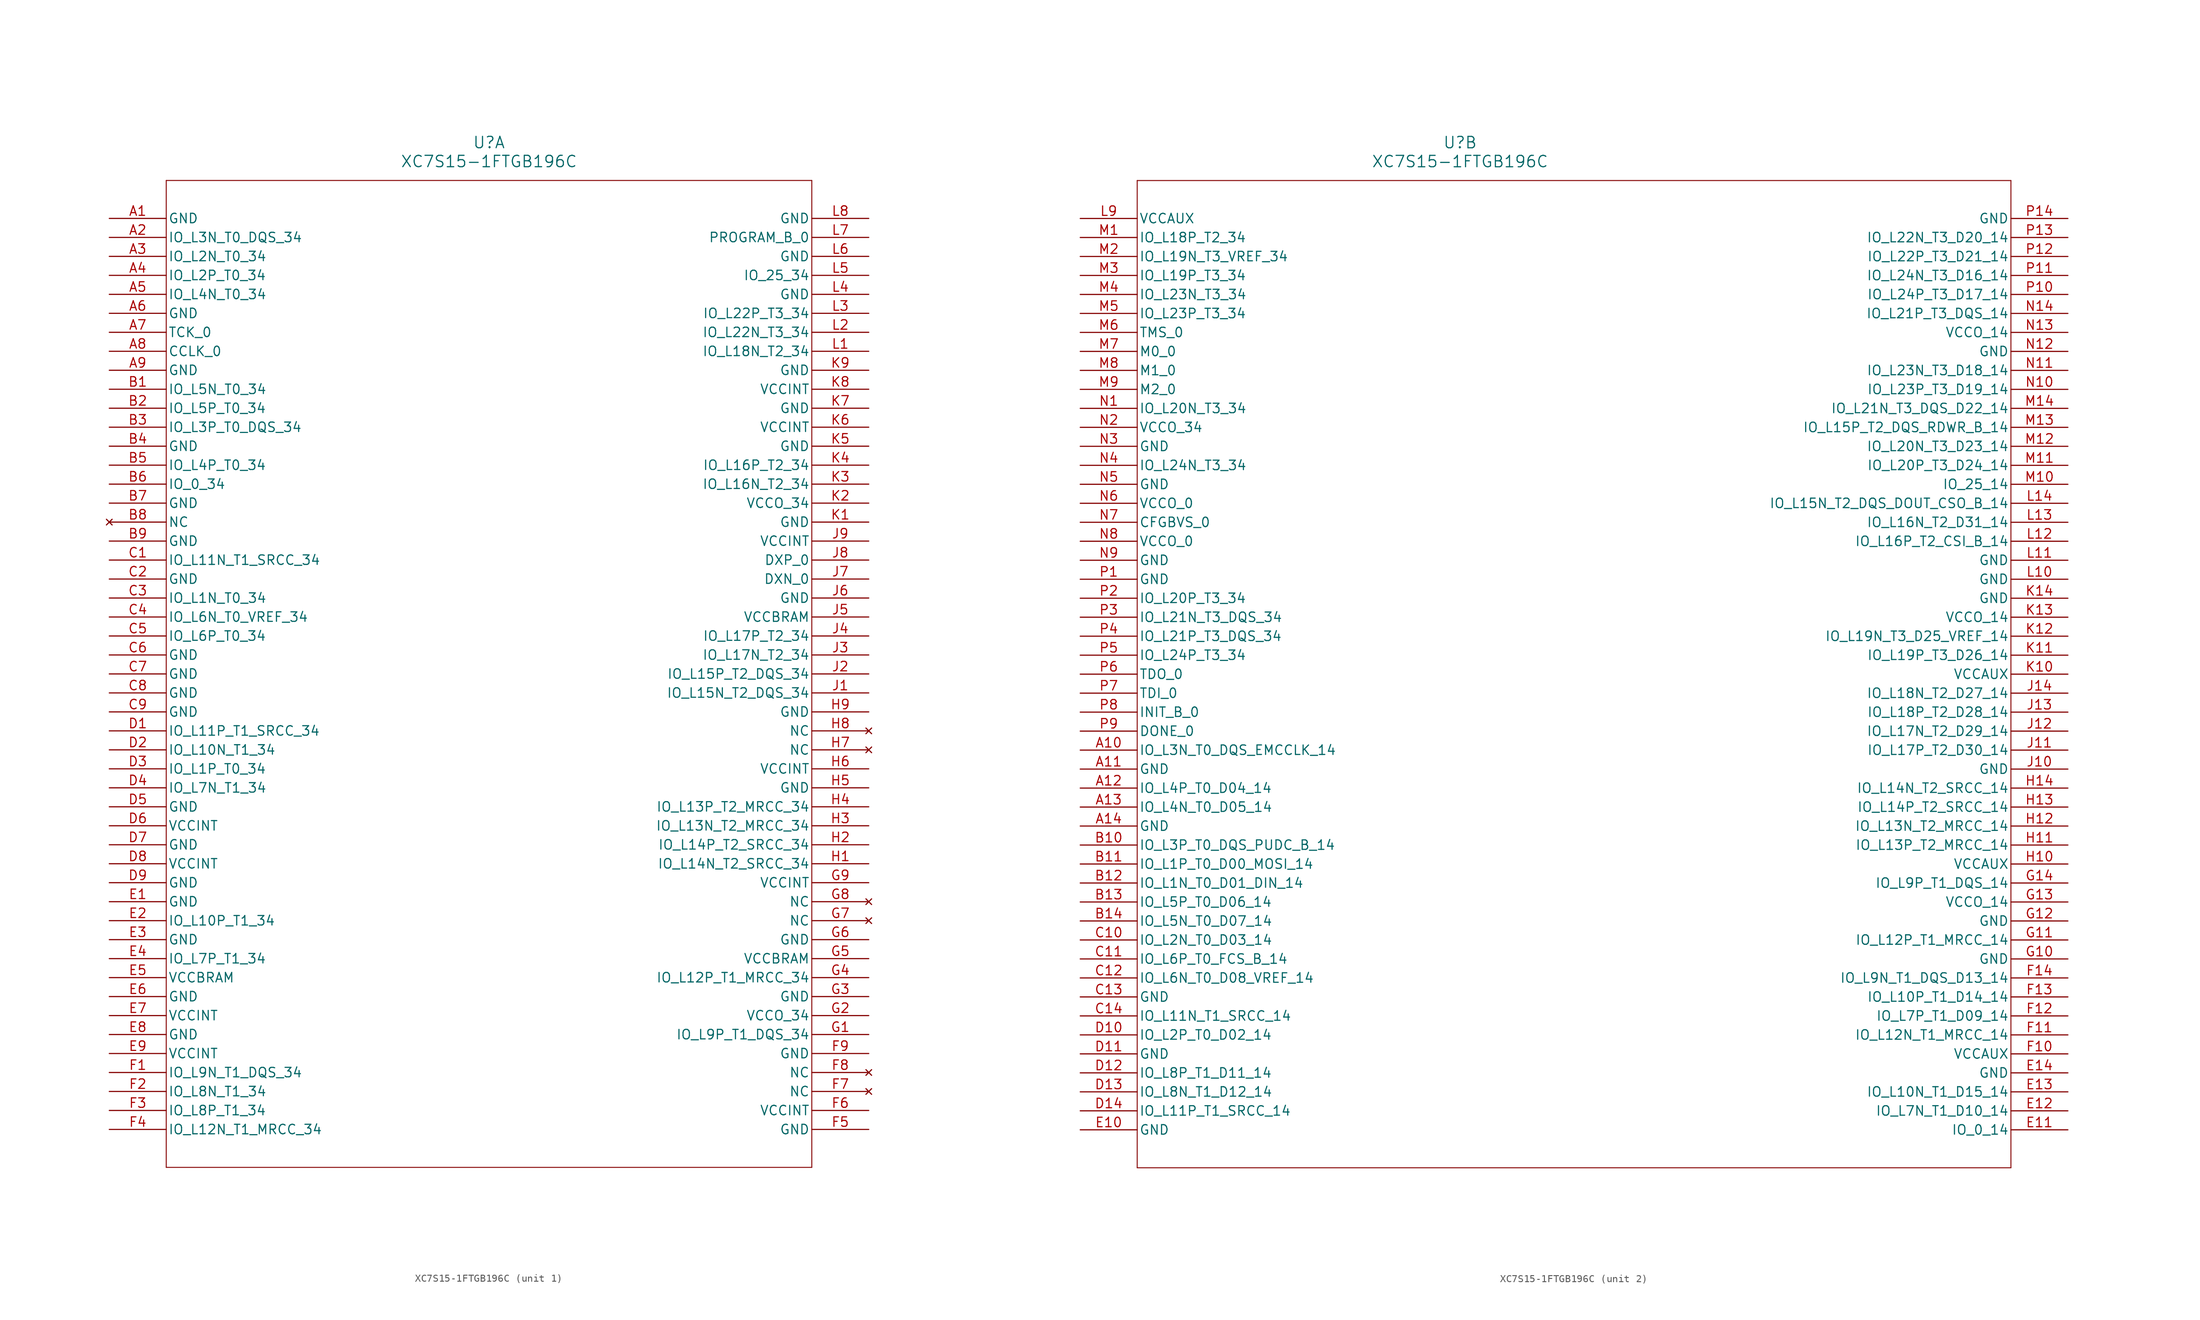
<source format=kicad_sym>
(kicad_symbol_lib
  (version 20211014)
  (generator kicad_symbol_editor)
  (symbol "XC7S15-1FTGB196C"
    (pin_names
      (offset 0.254))
    (property "Reference" "U"
      (at 50.8 10.16 0)
      (effects (font (size 1.524 1.524))))
    (property "Value" "XC7S15-1FTGB196C"
      (at 50.8 7.62 0)
      (effects (font (size 1.524 1.524))))
    (symbol "XC7S15-1FTGB196C_1_1"
      (polyline (pts (xy 7.62 5.08) (xy 7.62 -127)) (stroke (width 0.127) (type default) (color 0 0 0 0)) (fill (type none)))
      (polyline (pts (xy 7.62 -127) (xy 93.98 -127)) (stroke (width 0.127) (type default) (color 0 0 0 0)) (fill (type none)))
      (polyline (pts (xy 93.98 -127) (xy 93.98 5.08)) (stroke (width 0.127) (type default) (color 0 0 0 0)) (fill (type none)))
      (polyline (pts (xy 93.98 5.08) (xy 7.62 5.08)) (stroke (width 0.127) (type default) (color 0 0 0 0)) (fill (type none)))
      (pin power_out line (at 0 0 0) (length 7.62) (name "GND" (effects (font (size 1.27 1.27)))) (number "A1" (effects (font (size 1.27 1.27)))))
      (pin bidirectional line (at 0 -2.54 0) (length 7.62) (name "IO_L3N_T0_DQS_34" (effects (font (size 1.27 1.27)))) (number "A2" (effects (font (size 1.27 1.27)))))
      (pin bidirectional line (at 0 -5.08 0) (length 7.62) (name "IO_L2N_T0_34" (effects (font (size 1.27 1.27)))) (number "A3" (effects (font (size 1.27 1.27)))))
      (pin bidirectional line (at 0 -7.62 0) (length 7.62) (name "IO_L2P_T0_34" (effects (font (size 1.27 1.27)))) (number "A4" (effects (font (size 1.27 1.27)))))
      (pin bidirectional line (at 0 -10.16 0) (length 7.62) (name "IO_L4N_T0_34" (effects (font (size 1.27 1.27)))) (number "A5" (effects (font (size 1.27 1.27)))))
      (pin power_out line (at 0 -12.7 0) (length 7.62) (name "GND" (effects (font (size 1.27 1.27)))) (number "A6" (effects (font (size 1.27 1.27)))))
      (pin input line (at 0 -15.24 0) (length 7.62) (name "TCK_0" (effects (font (size 1.27 1.27)))) (number "A7" (effects (font (size 1.27 1.27)))))
      (pin bidirectional line (at 0 -17.78 0) (length 7.62) (name "CCLK_0" (effects (font (size 1.27 1.27)))) (number "A8" (effects (font (size 1.27 1.27)))))
      (pin power_out line (at 0 -20.32 0) (length 7.62) (name "GND" (effects (font (size 1.27 1.27)))) (number "A9" (effects (font (size 1.27 1.27)))))
      (pin bidirectional line (at 0 -22.86 0) (length 7.62) (name "IO_L5N_T0_34" (effects (font (size 1.27 1.27)))) (number "B1" (effects (font (size 1.27 1.27)))))
      (pin bidirectional line (at 0 -25.4 0) (length 7.62) (name "IO_L5P_T0_34" (effects (font (size 1.27 1.27)))) (number "B2" (effects (font (size 1.27 1.27)))))
      (pin bidirectional line (at 0 -27.94 0) (length 7.62) (name "IO_L3P_T0_DQS_34" (effects (font (size 1.27 1.27)))) (number "B3" (effects (font (size 1.27 1.27)))))
      (pin power_out line (at 0 -30.48 0) (length 7.62) (name "GND" (effects (font (size 1.27 1.27)))) (number "B4" (effects (font (size 1.27 1.27)))))
      (pin bidirectional line (at 0 -33.02 0) (length 7.62) (name "IO_L4P_T0_34" (effects (font (size 1.27 1.27)))) (number "B5" (effects (font (size 1.27 1.27)))))
      (pin bidirectional line (at 0 -35.56 0) (length 7.62) (name "IO_0_34" (effects (font (size 1.27 1.27)))) (number "B6" (effects (font (size 1.27 1.27)))))
      (pin power_out line (at 0 -38.1 0) (length 7.62) (name "GND" (effects (font (size 1.27 1.27)))) (number "B7" (effects (font (size 1.27 1.27)))))
      (pin no_connect line (at 0 -40.64 0) (length 7.62) (name "NC" (effects (font (size 1.27 1.27)))) (number "B8" (effects (font (size 1.27 1.27)))))
      (pin power_out line (at 0 -43.18 0) (length 7.62) (name "GND" (effects (font (size 1.27 1.27)))) (number "B9" (effects (font (size 1.27 1.27)))))
      (pin bidirectional line (at 0 -45.72 0) (length 7.62) (name "IO_L11N_T1_SRCC_34" (effects (font (size 1.27 1.27)))) (number "C1" (effects (font (size 1.27 1.27)))))
      (pin power_out line (at 0 -48.26 0) (length 7.62) (name "GND" (effects (font (size 1.27 1.27)))) (number "C2" (effects (font (size 1.27 1.27)))))
      (pin bidirectional line (at 0 -50.8 0) (length 7.62) (name "IO_L1N_T0_34" (effects (font (size 1.27 1.27)))) (number "C3" (effects (font (size 1.27 1.27)))))
      (pin bidirectional line (at 0 -53.34 0) (length 7.62) (name "IO_L6N_T0_VREF_34" (effects (font (size 1.27 1.27)))) (number "C4" (effects (font (size 1.27 1.27)))))
      (pin bidirectional line (at 0 -55.88 0) (length 7.62) (name "IO_L6P_T0_34" (effects (font (size 1.27 1.27)))) (number "C5" (effects (font (size 1.27 1.27)))))
      (pin power_out line (at 0 -58.42 0) (length 7.62) (name "GND" (effects (font (size 1.27 1.27)))) (number "C6" (effects (font (size 1.27 1.27)))))
      (pin power_out line (at 0 -60.96 0) (length 7.62) (name "GND" (effects (font (size 1.27 1.27)))) (number "C7" (effects (font (size 1.27 1.27)))))
      (pin power_out line (at 0 -63.5 0) (length 7.62) (name "GND" (effects (font (size 1.27 1.27)))) (number "C8" (effects (font (size 1.27 1.27)))))
      (pin power_out line (at 0 -66.04 0) (length 7.62) (name "GND" (effects (font (size 1.27 1.27)))) (number "C9" (effects (font (size 1.27 1.27)))))
      (pin bidirectional line (at 0 -68.58 0) (length 7.62) (name "IO_L11P_T1_SRCC_34" (effects (font (size 1.27 1.27)))) (number "D1" (effects (font (size 1.27 1.27)))))
      (pin bidirectional line (at 0 -71.12 0) (length 7.62) (name "IO_L10N_T1_34" (effects (font (size 1.27 1.27)))) (number "D2" (effects (font (size 1.27 1.27)))))
      (pin bidirectional line (at 0 -73.66 0) (length 7.62) (name "IO_L1P_T0_34" (effects (font (size 1.27 1.27)))) (number "D3" (effects (font (size 1.27 1.27)))))
      (pin bidirectional line (at 0 -76.2 0) (length 7.62) (name "IO_L7N_T1_34" (effects (font (size 1.27 1.27)))) (number "D4" (effects (font (size 1.27 1.27)))))
      (pin power_out line (at 0 -78.74 0) (length 7.62) (name "GND" (effects (font (size 1.27 1.27)))) (number "D5" (effects (font (size 1.27 1.27)))))
      (pin power_in line (at 0 -81.28 0) (length 7.62) (name "VCCINT" (effects (font (size 1.27 1.27)))) (number "D6" (effects (font (size 1.27 1.27)))))
      (pin power_out line (at 0 -83.82 0) (length 7.62) (name "GND" (effects (font (size 1.27 1.27)))) (number "D7" (effects (font (size 1.27 1.27)))))
      (pin power_in line (at 0 -86.36 0) (length 7.62) (name "VCCINT" (effects (font (size 1.27 1.27)))) (number "D8" (effects (font (size 1.27 1.27)))))
      (pin power_out line (at 0 -88.9 0) (length 7.62) (name "GND" (effects (font (size 1.27 1.27)))) (number "D9" (effects (font (size 1.27 1.27)))))
      (pin power_out line (at 0 -91.44 0) (length 7.62) (name "GND" (effects (font (size 1.27 1.27)))) (number "E1" (effects (font (size 1.27 1.27)))))
      (pin bidirectional line (at 0 -93.98 0) (length 7.62) (name "IO_L10P_T1_34" (effects (font (size 1.27 1.27)))) (number "E2" (effects (font (size 1.27 1.27)))))
      (pin power_out line (at 0 -96.52 0) (length 7.62) (name "GND" (effects (font (size 1.27 1.27)))) (number "E3" (effects (font (size 1.27 1.27)))))
      (pin bidirectional line (at 0 -99.06 0) (length 7.62) (name "IO_L7P_T1_34" (effects (font (size 1.27 1.27)))) (number "E4" (effects (font (size 1.27 1.27)))))
      (pin power_in line (at 0 -101.6 0) (length 7.62) (name "VCCBRAM" (effects (font (size 1.27 1.27)))) (number "E5" (effects (font (size 1.27 1.27)))))
      (pin power_out line (at 0 -104.14 0) (length 7.62) (name "GND" (effects (font (size 1.27 1.27)))) (number "E6" (effects (font (size 1.27 1.27)))))
      (pin power_in line (at 0 -106.68 0) (length 7.62) (name "VCCINT" (effects (font (size 1.27 1.27)))) (number "E7" (effects (font (size 1.27 1.27)))))
      (pin power_out line (at 0 -109.22 0) (length 7.62) (name "GND" (effects (font (size 1.27 1.27)))) (number "E8" (effects (font (size 1.27 1.27)))))
      (pin power_in line (at 0 -111.76 0) (length 7.62) (name "VCCINT" (effects (font (size 1.27 1.27)))) (number "E9" (effects (font (size 1.27 1.27)))))
      (pin bidirectional line (at 0 -114.3 0) (length 7.62) (name "IO_L9N_T1_DQS_34" (effects (font (size 1.27 1.27)))) (number "F1" (effects (font (size 1.27 1.27)))))
      (pin bidirectional line (at 0 -116.84 0) (length 7.62) (name "IO_L8N_T1_34" (effects (font (size 1.27 1.27)))) (number "F2" (effects (font (size 1.27 1.27)))))
      (pin bidirectional line (at 0 -119.38 0) (length 7.62) (name "IO_L8P_T1_34" (effects (font (size 1.27 1.27)))) (number "F3" (effects (font (size 1.27 1.27)))))
      (pin bidirectional line (at 0 -121.92 0) (length 7.62) (name "IO_L12N_T1_MRCC_34" (effects (font (size 1.27 1.27)))) (number "F4" (effects (font (size 1.27 1.27)))))
      (pin power_out line (at 101.6 -121.92 180) (length 7.62) (name "GND" (effects (font (size 1.27 1.27)))) (number "F5" (effects (font (size 1.27 1.27)))))
      (pin power_in line (at 101.6 -119.38 180) (length 7.62) (name "VCCINT" (effects (font (size 1.27 1.27)))) (number "F6" (effects (font (size 1.27 1.27)))))
      (pin no_connect line (at 101.6 -116.84 180) (length 7.62) (name "NC" (effects (font (size 1.27 1.27)))) (number "F7" (effects (font (size 1.27 1.27)))))
      (pin no_connect line (at 101.6 -114.3 180) (length 7.62) (name "NC" (effects (font (size 1.27 1.27)))) (number "F8" (effects (font (size 1.27 1.27)))))
      (pin power_out line (at 101.6 -111.76 180) (length 7.62) (name "GND" (effects (font (size 1.27 1.27)))) (number "F9" (effects (font (size 1.27 1.27)))))
      (pin bidirectional line (at 101.6 -109.22 180) (length 7.62) (name "IO_L9P_T1_DQS_34" (effects (font (size 1.27 1.27)))) (number "G1" (effects (font (size 1.27 1.27)))))
      (pin power_in line (at 101.6 -106.68 180) (length 7.62) (name "VCCO_34" (effects (font (size 1.27 1.27)))) (number "G2" (effects (font (size 1.27 1.27)))))
      (pin power_out line (at 101.6 -104.14 180) (length 7.62) (name "GND" (effects (font (size 1.27 1.27)))) (number "G3" (effects (font (size 1.27 1.27)))))
      (pin bidirectional line (at 101.6 -101.6 180) (length 7.62) (name "IO_L12P_T1_MRCC_34" (effects (font (size 1.27 1.27)))) (number "G4" (effects (font (size 1.27 1.27)))))
      (pin power_in line (at 101.6 -99.06 180) (length 7.62) (name "VCCBRAM" (effects (font (size 1.27 1.27)))) (number "G5" (effects (font (size 1.27 1.27)))))
      (pin power_out line (at 101.6 -96.52 180) (length 7.62) (name "GND" (effects (font (size 1.27 1.27)))) (number "G6" (effects (font (size 1.27 1.27)))))
      (pin no_connect line (at 101.6 -93.98 180) (length 7.62) (name "NC" (effects (font (size 1.27 1.27)))) (number "G7" (effects (font (size 1.27 1.27)))))
      (pin no_connect line (at 101.6 -91.44 180) (length 7.62) (name "NC" (effects (font (size 1.27 1.27)))) (number "G8" (effects (font (size 1.27 1.27)))))
      (pin power_in line (at 101.6 -88.9 180) (length 7.62) (name "VCCINT" (effects (font (size 1.27 1.27)))) (number "G9" (effects (font (size 1.27 1.27)))))
      (pin bidirectional line (at 101.6 -86.36 180) (length 7.62) (name "IO_L14N_T2_SRCC_34" (effects (font (size 1.27 1.27)))) (number "H1" (effects (font (size 1.27 1.27)))))
      (pin bidirectional line (at 101.6 -83.82 180) (length 7.62) (name "IO_L14P_T2_SRCC_34" (effects (font (size 1.27 1.27)))) (number "H2" (effects (font (size 1.27 1.27)))))
      (pin bidirectional line (at 101.6 -81.28 180) (length 7.62) (name "IO_L13N_T2_MRCC_34" (effects (font (size 1.27 1.27)))) (number "H3" (effects (font (size 1.27 1.27)))))
      (pin bidirectional line (at 101.6 -78.74 180) (length 7.62) (name "IO_L13P_T2_MRCC_34" (effects (font (size 1.27 1.27)))) (number "H4" (effects (font (size 1.27 1.27)))))
      (pin power_out line (at 101.6 -76.2 180) (length 7.62) (name "GND" (effects (font (size 1.27 1.27)))) (number "H5" (effects (font (size 1.27 1.27)))))
      (pin power_in line (at 101.6 -73.66 180) (length 7.62) (name "VCCINT" (effects (font (size 1.27 1.27)))) (number "H6" (effects (font (size 1.27 1.27)))))
      (pin no_connect line (at 101.6 -71.12 180) (length 7.62) (name "NC" (effects (font (size 1.27 1.27)))) (number "H7" (effects (font (size 1.27 1.27)))))
      (pin no_connect line (at 101.6 -68.58 180) (length 7.62) (name "NC" (effects (font (size 1.27 1.27)))) (number "H8" (effects (font (size 1.27 1.27)))))
      (pin power_out line (at 101.6 -66.04 180) (length 7.62) (name "GND" (effects (font (size 1.27 1.27)))) (number "H9" (effects (font (size 1.27 1.27)))))
      (pin bidirectional line (at 101.6 -63.5 180) (length 7.62) (name "IO_L15N_T2_DQS_34" (effects (font (size 1.27 1.27)))) (number "J1" (effects (font (size 1.27 1.27)))))
      (pin bidirectional line (at 101.6 -60.96 180) (length 7.62) (name "IO_L15P_T2_DQS_34" (effects (font (size 1.27 1.27)))) (number "J2" (effects (font (size 1.27 1.27)))))
      (pin bidirectional line (at 101.6 -58.42 180) (length 7.62) (name "IO_L17N_T2_34" (effects (font (size 1.27 1.27)))) (number "J3" (effects (font (size 1.27 1.27)))))
      (pin bidirectional line (at 101.6 -55.88 180) (length 7.62) (name "IO_L17P_T2_34" (effects (font (size 1.27 1.27)))) (number "J4" (effects (font (size 1.27 1.27)))))
      (pin power_in line (at 101.6 -53.34 180) (length 7.62) (name "VCCBRAM" (effects (font (size 1.27 1.27)))) (number "J5" (effects (font (size 1.27 1.27)))))
      (pin power_out line (at 101.6 -50.8 180) (length 7.62) (name "GND" (effects (font (size 1.27 1.27)))) (number "J6" (effects (font (size 1.27 1.27)))))
      (pin unspecified line (at 101.6 -48.26 180) (length 7.62) (name "DXN_0" (effects (font (size 1.27 1.27)))) (number "J7" (effects (font (size 1.27 1.27)))))
      (pin unspecified line (at 101.6 -45.72 180) (length 7.62) (name "DXP_0" (effects (font (size 1.27 1.27)))) (number "J8" (effects (font (size 1.27 1.27)))))
      (pin power_in line (at 101.6 -43.18 180) (length 7.62) (name "VCCINT" (effects (font (size 1.27 1.27)))) (number "J9" (effects (font (size 1.27 1.27)))))
      (pin power_out line (at 101.6 -40.64 180) (length 7.62) (name "GND" (effects (font (size 1.27 1.27)))) (number "K1" (effects (font (size 1.27 1.27)))))
      (pin power_in line (at 101.6 -38.1 180) (length 7.62) (name "VCCO_34" (effects (font (size 1.27 1.27)))) (number "K2" (effects (font (size 1.27 1.27)))))
      (pin bidirectional line (at 101.6 -35.56 180) (length 7.62) (name "IO_L16N_T2_34" (effects (font (size 1.27 1.27)))) (number "K3" (effects (font (size 1.27 1.27)))))
      (pin bidirectional line (at 101.6 -33.02 180) (length 7.62) (name "IO_L16P_T2_34" (effects (font (size 1.27 1.27)))) (number "K4" (effects (font (size 1.27 1.27)))))
      (pin power_out line (at 101.6 -30.48 180) (length 7.62) (name "GND" (effects (font (size 1.27 1.27)))) (number "K5" (effects (font (size 1.27 1.27)))))
      (pin power_in line (at 101.6 -27.94 180) (length 7.62) (name "VCCINT" (effects (font (size 1.27 1.27)))) (number "K6" (effects (font (size 1.27 1.27)))))
      (pin power_out line (at 101.6 -25.4 180) (length 7.62) (name "GND" (effects (font (size 1.27 1.27)))) (number "K7" (effects (font (size 1.27 1.27)))))
      (pin power_in line (at 101.6 -22.86 180) (length 7.62) (name "VCCINT" (effects (font (size 1.27 1.27)))) (number "K8" (effects (font (size 1.27 1.27)))))
      (pin power_out line (at 101.6 -20.32 180) (length 7.62) (name "GND" (effects (font (size 1.27 1.27)))) (number "K9" (effects (font (size 1.27 1.27)))))
      (pin bidirectional line (at 101.6 -17.78 180) (length 7.62) (name "IO_L18N_T2_34" (effects (font (size 1.27 1.27)))) (number "L1" (effects (font (size 1.27 1.27)))))
      (pin bidirectional line (at 101.6 -15.24 180) (length 7.62) (name "IO_L22N_T3_34" (effects (font (size 1.27 1.27)))) (number "L2" (effects (font (size 1.27 1.27)))))
      (pin bidirectional line (at 101.6 -12.7 180) (length 7.62) (name "IO_L22P_T3_34" (effects (font (size 1.27 1.27)))) (number "L3" (effects (font (size 1.27 1.27)))))
      (pin power_out line (at 101.6 -10.16 180) (length 7.62) (name "GND" (effects (font (size 1.27 1.27)))) (number "L4" (effects (font (size 1.27 1.27)))))
      (pin bidirectional line (at 101.6 -7.62 180) (length 7.62) (name "IO_25_34" (effects (font (size 1.27 1.27)))) (number "L5" (effects (font (size 1.27 1.27)))))
      (pin power_out line (at 101.6 -5.08 180) (length 7.62) (name "GND" (effects (font (size 1.27 1.27)))) (number "L6" (effects (font (size 1.27 1.27)))))
      (pin input line (at 101.6 -2.54 180) (length 7.62) (name "PROGRAM_B_0" (effects (font (size 1.27 1.27)))) (number "L7" (effects (font (size 1.27 1.27)))))
      (pin power_out line (at 101.6 0 180) (length 7.62) (name "GND" (effects (font (size 1.27 1.27)))) (number "L8" (effects (font (size 1.27 1.27))))))
    (symbol "XC7S15-1FTGB196C_2_1"
      (polyline (pts (xy 7.62 5.08) (xy 7.62 -127)) (stroke (width 0.127) (type default) (color 0 0 0 0)) (fill (type none)))
      (polyline (pts (xy 7.62 -127) (xy 124.46 -127)) (stroke (width 0.127) (type default) (color 0 0 0 0)) (fill (type none)))
      (polyline (pts (xy 124.46 -127) (xy 124.46 5.08)) (stroke (width 0.127) (type default) (color 0 0 0 0)) (fill (type none)))
      (polyline (pts (xy 124.46 5.08) (xy 7.62 5.08)) (stroke (width 0.127) (type default) (color 0 0 0 0)) (fill (type none)))
      (pin power_in line (at 0 0 0) (length 7.62) (name "VCCAUX" (effects (font (size 1.27 1.27)))) (number "L9" (effects (font (size 1.27 1.27)))))
      (pin bidirectional line (at 0 -2.54 0) (length 7.62) (name "IO_L18P_T2_34" (effects (font (size 1.27 1.27)))) (number "M1" (effects (font (size 1.27 1.27)))))
      (pin bidirectional line (at 0 -5.08 0) (length 7.62) (name "IO_L19N_T3_VREF_34" (effects (font (size 1.27 1.27)))) (number "M2" (effects (font (size 1.27 1.27)))))
      (pin bidirectional line (at 0 -7.62 0) (length 7.62) (name "IO_L19P_T3_34" (effects (font (size 1.27 1.27)))) (number "M3" (effects (font (size 1.27 1.27)))))
      (pin bidirectional line (at 0 -10.16 0) (length 7.62) (name "IO_L23N_T3_34" (effects (font (size 1.27 1.27)))) (number "M4" (effects (font (size 1.27 1.27)))))
      (pin bidirectional line (at 0 -12.7 0) (length 7.62) (name "IO_L23P_T3_34" (effects (font (size 1.27 1.27)))) (number "M5" (effects (font (size 1.27 1.27)))))
      (pin input line (at 0 -15.24 0) (length 7.62) (name "TMS_0" (effects (font (size 1.27 1.27)))) (number "M6" (effects (font (size 1.27 1.27)))))
      (pin input line (at 0 -17.78 0) (length 7.62) (name "M0_0" (effects (font (size 1.27 1.27)))) (number "M7" (effects (font (size 1.27 1.27)))))
      (pin input line (at 0 -20.32 0) (length 7.62) (name "M1_0" (effects (font (size 1.27 1.27)))) (number "M8" (effects (font (size 1.27 1.27)))))
      (pin input line (at 0 -22.86 0) (length 7.62) (name "M2_0" (effects (font (size 1.27 1.27)))) (number "M9" (effects (font (size 1.27 1.27)))))
      (pin bidirectional line (at 0 -25.4 0) (length 7.62) (name "IO_L20N_T3_34" (effects (font (size 1.27 1.27)))) (number "N1" (effects (font (size 1.27 1.27)))))
      (pin power_in line (at 0 -27.94 0) (length 7.62) (name "VCCO_34" (effects (font (size 1.27 1.27)))) (number "N2" (effects (font (size 1.27 1.27)))))
      (pin power_out line (at 0 -30.48 0) (length 7.62) (name "GND" (effects (font (size 1.27 1.27)))) (number "N3" (effects (font (size 1.27 1.27)))))
      (pin bidirectional line (at 0 -33.02 0) (length 7.62) (name "IO_L24N_T3_34" (effects (font (size 1.27 1.27)))) (number "N4" (effects (font (size 1.27 1.27)))))
      (pin power_out line (at 0 -35.56 0) (length 7.62) (name "GND" (effects (font (size 1.27 1.27)))) (number "N5" (effects (font (size 1.27 1.27)))))
      (pin power_in line (at 0 -38.1 0) (length 7.62) (name "VCCO_0" (effects (font (size 1.27 1.27)))) (number "N6" (effects (font (size 1.27 1.27)))))
      (pin input line (at 0 -40.64 0) (length 7.62) (name "CFGBVS_0" (effects (font (size 1.27 1.27)))) (number "N7" (effects (font (size 1.27 1.27)))))
      (pin power_in line (at 0 -43.18 0) (length 7.62) (name "VCCO_0" (effects (font (size 1.27 1.27)))) (number "N8" (effects (font (size 1.27 1.27)))))
      (pin power_out line (at 0 -45.72 0) (length 7.62) (name "GND" (effects (font (size 1.27 1.27)))) (number "N9" (effects (font (size 1.27 1.27)))))
      (pin power_out line (at 0 -48.26 0) (length 7.62) (name "GND" (effects (font (size 1.27 1.27)))) (number "P1" (effects (font (size 1.27 1.27)))))
      (pin bidirectional line (at 0 -50.8 0) (length 7.62) (name "IO_L20P_T3_34" (effects (font (size 1.27 1.27)))) (number "P2" (effects (font (size 1.27 1.27)))))
      (pin bidirectional line (at 0 -53.34 0) (length 7.62) (name "IO_L21N_T3_DQS_34" (effects (font (size 1.27 1.27)))) (number "P3" (effects (font (size 1.27 1.27)))))
      (pin bidirectional line (at 0 -55.88 0) (length 7.62) (name "IO_L21P_T3_DQS_34" (effects (font (size 1.27 1.27)))) (number "P4" (effects (font (size 1.27 1.27)))))
      (pin bidirectional line (at 0 -58.42 0) (length 7.62) (name "IO_L24P_T3_34" (effects (font (size 1.27 1.27)))) (number "P5" (effects (font (size 1.27 1.27)))))
      (pin output line (at 0 -60.96 0) (length 7.62) (name "TDO_0" (effects (font (size 1.27 1.27)))) (number "P6" (effects (font (size 1.27 1.27)))))
      (pin input line (at 0 -63.5 0) (length 7.62) (name "TDI_0" (effects (font (size 1.27 1.27)))) (number "P7" (effects (font (size 1.27 1.27)))))
      (pin bidirectional line (at 0 -66.04 0) (length 7.62) (name "INIT_B_0" (effects (font (size 1.27 1.27)))) (number "P8" (effects (font (size 1.27 1.27)))))
      (pin input line (at 0 -68.58 0) (length 7.62) (name "DONE_0" (effects (font (size 1.27 1.27)))) (number "P9" (effects (font (size 1.27 1.27)))))
      (pin bidirectional line (at 0 -71.12 0) (length 7.62) (name "IO_L3N_T0_DQS_EMCCLK_14" (effects (font (size 1.27 1.27)))) (number "A10" (effects (font (size 1.27 1.27)))))
      (pin power_out line (at 0 -73.66 0) (length 7.62) (name "GND" (effects (font (size 1.27 1.27)))) (number "A11" (effects (font (size 1.27 1.27)))))
      (pin bidirectional line (at 0 -76.2 0) (length 7.62) (name "IO_L4P_T0_D04_14" (effects (font (size 1.27 1.27)))) (number "A12" (effects (font (size 1.27 1.27)))))
      (pin bidirectional line (at 0 -78.74 0) (length 7.62) (name "IO_L4N_T0_D05_14" (effects (font (size 1.27 1.27)))) (number "A13" (effects (font (size 1.27 1.27)))))
      (pin power_out line (at 0 -81.28 0) (length 7.62) (name "GND" (effects (font (size 1.27 1.27)))) (number "A14" (effects (font (size 1.27 1.27)))))
      (pin bidirectional line (at 0 -83.82 0) (length 7.62) (name "IO_L3P_T0_DQS_PUDC_B_14" (effects (font (size 1.27 1.27)))) (number "B10" (effects (font (size 1.27 1.27)))))
      (pin bidirectional line (at 0 -86.36 0) (length 7.62) (name "IO_L1P_T0_D00_MOSI_14" (effects (font (size 1.27 1.27)))) (number "B11" (effects (font (size 1.27 1.27)))))
      (pin bidirectional line (at 0 -88.9 0) (length 7.62) (name "IO_L1N_T0_D01_DIN_14" (effects (font (size 1.27 1.27)))) (number "B12" (effects (font (size 1.27 1.27)))))
      (pin bidirectional line (at 0 -91.44 0) (length 7.62) (name "IO_L5P_T0_D06_14" (effects (font (size 1.27 1.27)))) (number "B13" (effects (font (size 1.27 1.27)))))
      (pin bidirectional line (at 0 -93.98 0) (length 7.62) (name "IO_L5N_T0_D07_14" (effects (font (size 1.27 1.27)))) (number "B14" (effects (font (size 1.27 1.27)))))
      (pin bidirectional line (at 0 -96.52 0) (length 7.62) (name "IO_L2N_T0_D03_14" (effects (font (size 1.27 1.27)))) (number "C10" (effects (font (size 1.27 1.27)))))
      (pin bidirectional line (at 0 -99.06 0) (length 7.62) (name "IO_L6P_T0_FCS_B_14" (effects (font (size 1.27 1.27)))) (number "C11" (effects (font (size 1.27 1.27)))))
      (pin bidirectional line (at 0 -101.6 0) (length 7.62) (name "IO_L6N_T0_D08_VREF_14" (effects (font (size 1.27 1.27)))) (number "C12" (effects (font (size 1.27 1.27)))))
      (pin power_out line (at 0 -104.14 0) (length 7.62) (name "GND" (effects (font (size 1.27 1.27)))) (number "C13" (effects (font (size 1.27 1.27)))))
      (pin bidirectional line (at 0 -106.68 0) (length 7.62) (name "IO_L11N_T1_SRCC_14" (effects (font (size 1.27 1.27)))) (number "C14" (effects (font (size 1.27 1.27)))))
      (pin bidirectional line (at 0 -109.22 0) (length 7.62) (name "IO_L2P_T0_D02_14" (effects (font (size 1.27 1.27)))) (number "D10" (effects (font (size 1.27 1.27)))))
      (pin power_out line (at 0 -111.76 0) (length 7.62) (name "GND" (effects (font (size 1.27 1.27)))) (number "D11" (effects (font (size 1.27 1.27)))))
      (pin bidirectional line (at 0 -114.3 0) (length 7.62) (name "IO_L8P_T1_D11_14" (effects (font (size 1.27 1.27)))) (number "D12" (effects (font (size 1.27 1.27)))))
      (pin bidirectional line (at 0 -116.84 0) (length 7.62) (name "IO_L8N_T1_D12_14" (effects (font (size 1.27 1.27)))) (number "D13" (effects (font (size 1.27 1.27)))))
      (pin bidirectional line (at 0 -119.38 0) (length 7.62) (name "IO_L11P_T1_SRCC_14" (effects (font (size 1.27 1.27)))) (number "D14" (effects (font (size 1.27 1.27)))))
      (pin power_out line (at 0 -121.92 0) (length 7.62) (name "GND" (effects (font (size 1.27 1.27)))) (number "E10" (effects (font (size 1.27 1.27)))))
      (pin bidirectional line (at 132.08 -121.92 180) (length 7.62) (name "IO_0_14" (effects (font (size 1.27 1.27)))) (number "E11" (effects (font (size 1.27 1.27)))))
      (pin bidirectional line (at 132.08 -119.38 180) (length 7.62) (name "IO_L7N_T1_D10_14" (effects (font (size 1.27 1.27)))) (number "E12" (effects (font (size 1.27 1.27)))))
      (pin bidirectional line (at 132.08 -116.84 180) (length 7.62) (name "IO_L10N_T1_D15_14" (effects (font (size 1.27 1.27)))) (number "E13" (effects (font (size 1.27 1.27)))))
      (pin power_out line (at 132.08 -114.3 180) (length 7.62) (name "GND" (effects (font (size 1.27 1.27)))) (number "E14" (effects (font (size 1.27 1.27)))))
      (pin power_in line (at 132.08 -111.76 180) (length 7.62) (name "VCCAUX" (effects (font (size 1.27 1.27)))) (number "F10" (effects (font (size 1.27 1.27)))))
      (pin bidirectional line (at 132.08 -109.22 180) (length 7.62) (name "IO_L12N_T1_MRCC_14" (effects (font (size 1.27 1.27)))) (number "F11" (effects (font (size 1.27 1.27)))))
      (pin bidirectional line (at 132.08 -106.68 180) (length 7.62) (name "IO_L7P_T1_D09_14" (effects (font (size 1.27 1.27)))) (number "F12" (effects (font (size 1.27 1.27)))))
      (pin bidirectional line (at 132.08 -104.14 180) (length 7.62) (name "IO_L10P_T1_D14_14" (effects (font (size 1.27 1.27)))) (number "F13" (effects (font (size 1.27 1.27)))))
      (pin bidirectional line (at 132.08 -101.6 180) (length 7.62) (name "IO_L9N_T1_DQS_D13_14" (effects (font (size 1.27 1.27)))) (number "F14" (effects (font (size 1.27 1.27)))))
      (pin power_out line (at 132.08 -99.06 180) (length 7.62) (name "GND" (effects (font (size 1.27 1.27)))) (number "G10" (effects (font (size 1.27 1.27)))))
      (pin bidirectional line (at 132.08 -96.52 180) (length 7.62) (name "IO_L12P_T1_MRCC_14" (effects (font (size 1.27 1.27)))) (number "G11" (effects (font (size 1.27 1.27)))))
      (pin power_out line (at 132.08 -93.98 180) (length 7.62) (name "GND" (effects (font (size 1.27 1.27)))) (number "G12" (effects (font (size 1.27 1.27)))))
      (pin power_in line (at 132.08 -91.44 180) (length 7.62) (name "VCCO_14" (effects (font (size 1.27 1.27)))) (number "G13" (effects (font (size 1.27 1.27)))))
      (pin bidirectional line (at 132.08 -88.9 180) (length 7.62) (name "IO_L9P_T1_DQS_14" (effects (font (size 1.27 1.27)))) (number "G14" (effects (font (size 1.27 1.27)))))
      (pin power_in line (at 132.08 -86.36 180) (length 7.62) (name "VCCAUX" (effects (font (size 1.27 1.27)))) (number "H10" (effects (font (size 1.27 1.27)))))
      (pin bidirectional line (at 132.08 -83.82 180) (length 7.62) (name "IO_L13P_T2_MRCC_14" (effects (font (size 1.27 1.27)))) (number "H11" (effects (font (size 1.27 1.27)))))
      (pin bidirectional line (at 132.08 -81.28 180) (length 7.62) (name "IO_L13N_T2_MRCC_14" (effects (font (size 1.27 1.27)))) (number "H12" (effects (font (size 1.27 1.27)))))
      (pin bidirectional line (at 132.08 -78.74 180) (length 7.62) (name "IO_L14P_T2_SRCC_14" (effects (font (size 1.27 1.27)))) (number "H13" (effects (font (size 1.27 1.27)))))
      (pin bidirectional line (at 132.08 -76.2 180) (length 7.62) (name "IO_L14N_T2_SRCC_14" (effects (font (size 1.27 1.27)))) (number "H14" (effects (font (size 1.27 1.27)))))
      (pin power_out line (at 132.08 -73.66 180) (length 7.62) (name "GND" (effects (font (size 1.27 1.27)))) (number "J10" (effects (font (size 1.27 1.27)))))
      (pin bidirectional line (at 132.08 -71.12 180) (length 7.62) (name "IO_L17P_T2_D30_14" (effects (font (size 1.27 1.27)))) (number "J11" (effects (font (size 1.27 1.27)))))
      (pin bidirectional line (at 132.08 -68.58 180) (length 7.62) (name "IO_L17N_T2_D29_14" (effects (font (size 1.27 1.27)))) (number "J12" (effects (font (size 1.27 1.27)))))
      (pin bidirectional line (at 132.08 -66.04 180) (length 7.62) (name "IO_L18P_T2_D28_14" (effects (font (size 1.27 1.27)))) (number "J13" (effects (font (size 1.27 1.27)))))
      (pin bidirectional line (at 132.08 -63.5 180) (length 7.62) (name "IO_L18N_T2_D27_14" (effects (font (size 1.27 1.27)))) (number "J14" (effects (font (size 1.27 1.27)))))
      (pin power_in line (at 132.08 -60.96 180) (length 7.62) (name "VCCAUX" (effects (font (size 1.27 1.27)))) (number "K10" (effects (font (size 1.27 1.27)))))
      (pin bidirectional line (at 132.08 -58.42 180) (length 7.62) (name "IO_L19P_T3_D26_14" (effects (font (size 1.27 1.27)))) (number "K11" (effects (font (size 1.27 1.27)))))
      (pin bidirectional line (at 132.08 -55.88 180) (length 7.62) (name "IO_L19N_T3_D25_VREF_14" (effects (font (size 1.27 1.27)))) (number "K12" (effects (font (size 1.27 1.27)))))
      (pin power_in line (at 132.08 -53.34 180) (length 7.62) (name "VCCO_14" (effects (font (size 1.27 1.27)))) (number "K13" (effects (font (size 1.27 1.27)))))
      (pin power_out line (at 132.08 -50.8 180) (length 7.62) (name "GND" (effects (font (size 1.27 1.27)))) (number "K14" (effects (font (size 1.27 1.27)))))
      (pin power_out line (at 132.08 -48.26 180) (length 7.62) (name "GND" (effects (font (size 1.27 1.27)))) (number "L10" (effects (font (size 1.27 1.27)))))
      (pin power_out line (at 132.08 -45.72 180) (length 7.62) (name "GND" (effects (font (size 1.27 1.27)))) (number "L11" (effects (font (size 1.27 1.27)))))
      (pin bidirectional line (at 132.08 -43.18 180) (length 7.62) (name "IO_L16P_T2_CSI_B_14" (effects (font (size 1.27 1.27)))) (number "L12" (effects (font (size 1.27 1.27)))))
      (pin bidirectional line (at 132.08 -40.64 180) (length 7.62) (name "IO_L16N_T2_D31_14" (effects (font (size 1.27 1.27)))) (number "L13" (effects (font (size 1.27 1.27)))))
      (pin bidirectional line (at 132.08 -38.1 180) (length 7.62) (name "IO_L15N_T2_DQS_DOUT_CSO_B_14" (effects (font (size 1.27 1.27)))) (number "L14" (effects (font (size 1.27 1.27)))))
      (pin bidirectional line (at 132.08 -35.56 180) (length 7.62) (name "IO_25_14" (effects (font (size 1.27 1.27)))) (number "M10" (effects (font (size 1.27 1.27)))))
      (pin bidirectional line (at 132.08 -33.02 180) (length 7.62) (name "IO_L20P_T3_D24_14" (effects (font (size 1.27 1.27)))) (number "M11" (effects (font (size 1.27 1.27)))))
      (pin bidirectional line (at 132.08 -30.48 180) (length 7.62) (name "IO_L20N_T3_D23_14" (effects (font (size 1.27 1.27)))) (number "M12" (effects (font (size 1.27 1.27)))))
      (pin bidirectional line (at 132.08 -27.94 180) (length 7.62) (name "IO_L15P_T2_DQS_RDWR_B_14" (effects (font (size 1.27 1.27)))) (number "M13" (effects (font (size 1.27 1.27)))))
      (pin bidirectional line (at 132.08 -25.4 180) (length 7.62) (name "IO_L21N_T3_DQS_D22_14" (effects (font (size 1.27 1.27)))) (number "M14" (effects (font (size 1.27 1.27)))))
      (pin bidirectional line (at 132.08 -22.86 180) (length 7.62) (name "IO_L23P_T3_D19_14" (effects (font (size 1.27 1.27)))) (number "N10" (effects (font (size 1.27 1.27)))))
      (pin bidirectional line (at 132.08 -20.32 180) (length 7.62) (name "IO_L23N_T3_D18_14" (effects (font (size 1.27 1.27)))) (number "N11" (effects (font (size 1.27 1.27)))))
      (pin power_out line (at 132.08 -17.78 180) (length 7.62) (name "GND" (effects (font (size 1.27 1.27)))) (number "N12" (effects (font (size 1.27 1.27)))))
      (pin power_in line (at 132.08 -15.24 180) (length 7.62) (name "VCCO_14" (effects (font (size 1.27 1.27)))) (number "N13" (effects (font (size 1.27 1.27)))))
      (pin bidirectional line (at 132.08 -12.7 180) (length 7.62) (name "IO_L21P_T3_DQS_14" (effects (font (size 1.27 1.27)))) (number "N14" (effects (font (size 1.27 1.27)))))
      (pin bidirectional line (at 132.08 -10.16 180) (length 7.62) (name "IO_L24P_T3_D17_14" (effects (font (size 1.27 1.27)))) (number "P10" (effects (font (size 1.27 1.27)))))
      (pin bidirectional line (at 132.08 -7.62 180) (length 7.62) (name "IO_L24N_T3_D16_14" (effects (font (size 1.27 1.27)))) (number "P11" (effects (font (size 1.27 1.27)))))
      (pin bidirectional line (at 132.08 -5.08 180) (length 7.62) (name "IO_L22P_T3_D21_14" (effects (font (size 1.27 1.27)))) (number "P12" (effects (font (size 1.27 1.27)))))
      (pin bidirectional line (at 132.08 -2.54 180) (length 7.62) (name "IO_L22N_T3_D20_14" (effects (font (size 1.27 1.27)))) (number "P13" (effects (font (size 1.27 1.27)))))
      (pin power_out line (at 132.08 0 180) (length 7.62) (name "GND" (effects (font (size 1.27 1.27)))) (number "P14" (effects (font (size 1.27 1.27))))))))
</source>
